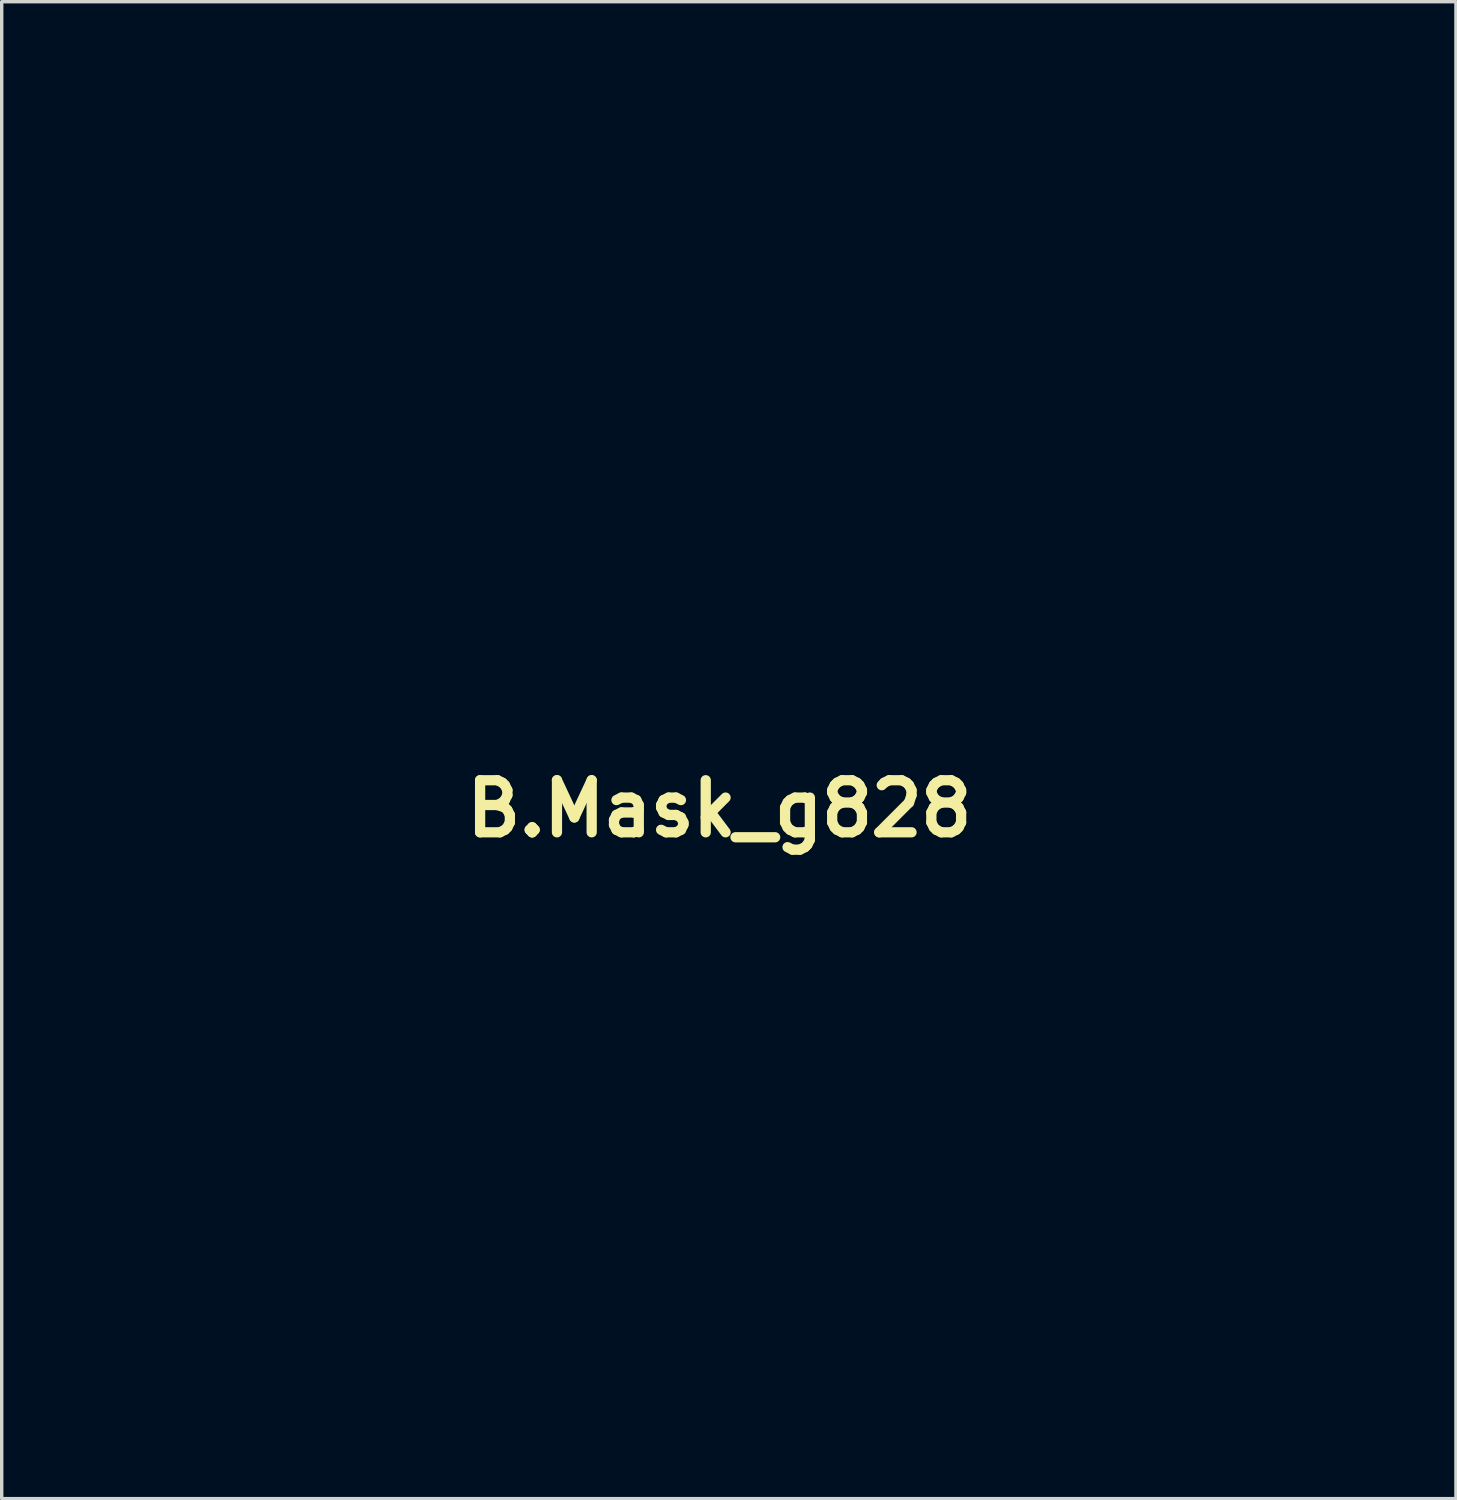
<source format=kicad_pcb>
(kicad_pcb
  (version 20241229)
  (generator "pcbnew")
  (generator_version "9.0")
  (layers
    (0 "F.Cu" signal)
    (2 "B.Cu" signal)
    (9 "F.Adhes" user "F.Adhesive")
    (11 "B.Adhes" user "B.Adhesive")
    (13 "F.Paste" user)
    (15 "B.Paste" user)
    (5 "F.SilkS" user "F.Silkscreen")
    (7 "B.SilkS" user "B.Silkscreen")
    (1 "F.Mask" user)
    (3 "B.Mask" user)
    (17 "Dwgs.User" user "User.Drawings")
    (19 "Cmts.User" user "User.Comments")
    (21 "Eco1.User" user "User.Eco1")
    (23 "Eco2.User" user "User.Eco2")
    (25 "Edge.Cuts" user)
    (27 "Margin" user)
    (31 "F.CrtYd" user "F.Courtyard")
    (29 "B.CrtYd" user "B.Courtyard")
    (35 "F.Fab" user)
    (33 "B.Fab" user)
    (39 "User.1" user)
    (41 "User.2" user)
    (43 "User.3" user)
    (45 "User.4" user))
  (footprint "B.Mask_g828"
    (layer "F.Cu")
    (at 18.006 20.622)
    (property "Reference" "B.Mask_g828" (at 0 0 0) (layer "F.SilkS") (effects (font (size 1.524 1.524) (thickness 0.3))))
    (attr through_hole)
    (fp_poly (pts (xy 10.466 14.57) (xy 10.58 14.589) (xy 10.597 14.594) (xy 10.751 14.658) (xy 10.872 14.747) (xy 10.959 14.857) (xy 11.011 14.986) (xy 11.028 15.131) (xy 11.009 15.29) (xy 10.953 15.46) (xy 10.868 15.623) (xy 10.809 15.707) (xy 10.725 15.81) (xy 10.623 15.924) (xy 10.512 16.04) (xy 10.399 16.15) (xy 10.291 16.246) (xy 10.27 16.263) (xy 10.083 16.404) (xy 9.867 16.547) (xy 9.633 16.686) (xy 9.393 16.815) (xy 9.157 16.927) (xy 8.937 17.017) (xy 8.876 17.038) (xy 8.659 17.102) (xy 8.443 17.149) (xy 8.235 17.178) (xy 8.042 17.189) (xy 7.872 17.18) (xy 7.739 17.153) (xy 7.586 17.088) (xy 7.466 16.998) (xy 7.381 16.885) (xy 7.332 16.75) (xy 7.318 16.608) (xy 7.341 16.449) (xy 7.401 16.282) (xy 7.496 16.111) (xy 7.623 15.936) (xy 7.778 15.762) (xy 7.958 15.589) (xy 8.161 15.421) (xy 8.382 15.261) (xy 8.619 15.11) (xy 8.869 14.972) (xy 9.128 14.848) (xy 9.394 14.741) (xy 9.662 14.655) (xy 9.868 14.603) (xy 10.014 14.578) (xy 10.17 14.565) (xy 10.325 14.562) (xy 10.466 14.57)) (stroke (width 0.01) (type solid)) (fill yes) (layer "B.Mask"))
    (fp_poly (pts (xy -16.158 -4.116) (xy -16.079 -4.1) (xy -16.078 -4.1) (xy -15.958 -4.045) (xy -15.822 -3.96) (xy -15.679 -3.85) (xy -15.536 -3.723) (xy -15.398 -3.583) (xy -15.274 -3.438) (xy -15.201 -3.338) (xy -15.109 -3.192) (xy -15.028 -3.04) (xy -14.962 -2.892) (xy -14.917 -2.759) (xy -14.903 -2.7) (xy -14.89 -2.591) (xy -14.881 -2.448) (xy -14.878 -2.279) (xy -14.879 -2.09) (xy -14.885 -1.891) (xy -14.895 -1.689) (xy -14.909 -1.491) (xy -14.927 -1.305) (xy -14.949 -1.14) (xy -14.956 -1.09) (xy -14.988 -0.921) (xy -15.029 -0.737) (xy -15.075 -0.546) (xy -15.126 -0.357) (xy -15.179 -0.178) (xy -15.231 -0.017) (xy -15.28 0.118) (xy -15.32 0.21) (xy -15.383 0.316) (xy -15.473 0.436) (xy -15.579 0.559) (xy -15.692 0.674) (xy -15.804 0.771) (xy -15.859 0.811) (xy -15.981 0.872) (xy -16.135 0.912) (xy -16.315 0.931) (xy -16.514 0.927) (xy -16.727 0.902) (xy -16.751 0.897) (xy -16.939 0.844) (xy -17.125 0.753) (xy -17.305 0.63) (xy -17.473 0.482) (xy -17.622 0.312) (xy -17.749 0.126) (xy -17.846 -0.07) (xy -17.885 -0.179) (xy -17.944 -0.423) (xy -17.983 -0.698) (xy -18.001 -1.006) (xy -17.998 -1.347) (xy -17.975 -1.723) (xy -17.932 -2.135) (xy -17.927 -2.173) (xy -17.878 -2.51) (xy -17.819 -2.809) (xy -17.749 -3.07) (xy -17.668 -3.297) (xy -17.573 -3.491) (xy -17.464 -3.655) (xy -17.338 -3.791) (xy -17.195 -3.902) (xy -17.034 -3.989) (xy -16.852 -4.055) (xy -16.785 -4.073) (xy -16.666 -4.096) (xy -16.533 -4.113) (xy -16.397 -4.122) (xy -16.268 -4.123) (xy -16.158 -4.116)) (stroke (width 0.01) (type solid)) (fill yes) (layer "B.Mask"))
    (fp_poly (pts (xy -3.737 -6.414) (xy -3.478 -6.381) (xy -3.253 -6.329) (xy -3.059 -6.259) (xy -2.895 -6.169) (xy -2.758 -6.06) (xy -2.733 -6.035) (xy -2.622 -5.901) (xy -2.511 -5.734) (xy -2.406 -5.547) (xy -2.313 -5.348) (xy -2.238 -5.148) (xy -2.197 -5.009) (xy -2.176 -4.919) (xy -2.167 -4.851) (xy -2.168 -4.788) (xy -2.179 -4.712) (xy -2.181 -4.702) (xy -2.254 -4.42) (xy -2.366 -4.148) (xy -2.514 -3.888) (xy -2.695 -3.643) (xy -2.906 -3.418) (xy -3.144 -3.214) (xy -3.405 -3.036) (xy -3.688 -2.886) (xy -3.97 -2.775) (xy -4.113 -2.732) (xy -4.264 -2.697) (xy -4.431 -2.669) (xy -4.622 -2.646) (xy -4.846 -2.627) (xy -4.879 -2.624) (xy -4.995 -2.618) (xy -5.138 -2.612) (xy -5.304 -2.606) (xy -5.485 -2.602) (xy -5.678 -2.598) (xy -5.874 -2.595) (xy -6.07 -2.593) (xy -6.259 -2.592) (xy -6.435 -2.591) (xy -6.593 -2.592) (xy -6.727 -2.594) (xy -6.831 -2.598) (xy -6.899 -2.602) (xy -6.905 -2.603) (xy -7.113 -2.647) (xy -7.334 -2.727) (xy -7.56 -2.841) (xy -7.763 -2.969) (xy -7.894 -3.067) (xy -7.994 -3.164) (xy -8.074 -3.269) (xy -8.129 -3.367) (xy -8.19 -3.501) (xy -8.233 -3.634) (xy -8.262 -3.776) (xy -8.278 -3.937) (xy -8.284 -4.129) (xy -8.284 -4.138) (xy -8.281 -4.313) (xy -8.271 -4.458) (xy -8.25 -4.585) (xy -8.216 -4.706) (xy -8.167 -4.834) (xy -8.118 -4.942) (xy -7.99 -5.171) (xy -7.832 -5.376) (xy -7.641 -5.56) (xy -7.415 -5.725) (xy -7.152 -5.873) (xy -7.085 -5.906) (xy -6.841 -6.007) (xy -6.561 -6.1) (xy -6.25 -6.183) (xy -5.913 -6.256) (xy -5.557 -6.318) (xy -5.185 -6.368) (xy -4.804 -6.404) (xy -4.419 -6.426) (xy -4.36 -6.428) (xy -4.03 -6.43) (xy -3.737 -6.414)) (stroke (width 0.01) (type solid)) (fill yes) (layer "B.Mask"))
    (fp_poly (pts (xy 15.837 -8.314) (xy 15.973 -8.307) (xy 16.09 -8.293) (xy 16.193 -8.271) (xy 16.291 -8.241) (xy 16.388 -8.202) (xy 16.623 -8.084) (xy 16.842 -7.936) (xy 17.047 -7.758) (xy 17.24 -7.549) (xy 17.42 -7.308) (xy 17.589 -7.032) (xy 17.747 -6.721) (xy 17.896 -6.373) (xy 18.035 -5.987) (xy 18.166 -5.562) (xy 18.278 -5.144) (xy 18.379 -4.716) (xy 18.457 -4.323) (xy 18.512 -3.965) (xy 18.545 -3.641) (xy 18.555 -3.349) (xy 18.543 -3.089) (xy 18.509 -2.86) (xy 18.452 -2.661) (xy 18.372 -2.492) (xy 18.359 -2.471) (xy 18.274 -2.357) (xy 18.156 -2.235) (xy 18.013 -2.109) (xy 17.853 -1.985) (xy 17.683 -1.868) (xy 17.51 -1.764) (xy 17.343 -1.679) (xy 17.217 -1.628) (xy 17.103 -1.599) (xy 16.962 -1.581) (xy 16.808 -1.573) (xy 16.655 -1.577) (xy 16.517 -1.592) (xy 16.478 -1.6) (xy 16.244 -1.666) (xy 15.998 -1.762) (xy 15.75 -1.881) (xy 15.514 -2.018) (xy 15.346 -2.133) (xy 15.202 -2.25) (xy 15.05 -2.392) (xy 14.9 -2.549) (xy 14.766 -2.707) (xy 14.671 -2.834) (xy 14.538 -3.05) (xy 14.415 -3.291) (xy 14.308 -3.541) (xy 14.238 -3.747) (xy 14.164 -4.013) (xy 14.093 -4.309) (xy 14.026 -4.624) (xy 13.965 -4.952) (xy 13.912 -5.284) (xy 13.866 -5.61) (xy 13.831 -5.924) (xy 13.807 -6.216) (xy 13.795 -6.479) (xy 13.794 -6.53) (xy 13.794 -6.69) (xy 13.798 -6.818) (xy 13.81 -6.926) (xy 13.832 -7.023) (xy 13.864 -7.122) (xy 13.91 -7.232) (xy 13.952 -7.324) (xy 14.059 -7.535) (xy 14.162 -7.71) (xy 14.269 -7.854) (xy 14.382 -7.972) (xy 14.506 -8.07) (xy 14.646 -8.153) (xy 14.677 -8.168) (xy 14.764 -8.209) (xy 14.841 -8.241) (xy 14.915 -8.265) (xy 14.995 -8.282) (xy 15.087 -8.294) (xy 15.201 -8.302) (xy 15.343 -8.308) (xy 15.473 -8.312) (xy 15.672 -8.316) (xy 15.837 -8.314)) (stroke (width 0.01) (type solid)) (fill yes) (layer "B.Mask"))
    (fp_poly (pts (xy 1.528 6.785) (xy 1.766 6.789) (xy 1.998 6.796) (xy 2.218 6.806) (xy 2.42 6.817) (xy 2.597 6.83) (xy 2.744 6.845) (xy 2.847 6.86) (xy 2.955 6.891) (xy 3.085 6.947) (xy 3.23 7.021) (xy 3.382 7.11) (xy 3.531 7.207) (xy 3.67 7.31) (xy 3.79 7.411) (xy 3.832 7.451) (xy 3.968 7.616) (xy 4.077 7.809) (xy 4.156 8.025) (xy 4.207 8.258) (xy 4.227 8.505) (xy 4.218 8.761) (xy 4.179 9.022) (xy 4.109 9.283) (xy 4.009 9.54) (xy 3.981 9.599) (xy 3.861 9.814) (xy 3.719 10.011) (xy 3.553 10.192) (xy 3.362 10.356) (xy 3.144 10.506) (xy 2.898 10.641) (xy 2.621 10.762) (xy 2.312 10.871) (xy 1.969 10.967) (xy 1.59 11.053) (xy 1.174 11.128) (xy 0.719 11.194) (xy 0.519 11.219) (xy 0.398 11.231) (xy 0.249 11.242) (xy 0.081 11.252) (xy -0.101 11.26) (xy -0.287 11.268) (xy -0.472 11.273) (xy -0.647 11.276) (xy -0.805 11.277) (xy -0.938 11.276) (xy -1.04 11.272) (xy -1.069 11.269) (xy -1.192 11.254) (xy -1.33 11.232) (xy -1.469 11.207) (xy -1.595 11.181) (xy -1.696 11.156) (xy -1.714 11.15) (xy -1.893 11.083) (xy -2.055 10.996) (xy -2.202 10.886) (xy -2.338 10.748) (xy -2.467 10.58) (xy -2.593 10.377) (xy -2.712 10.149) (xy -2.788 9.985) (xy -2.841 9.841) (xy -2.876 9.705) (xy -2.893 9.566) (xy -2.896 9.408) (xy -2.894 9.324) (xy -2.884 9.178) (xy -2.866 9.053) (xy -2.837 8.936) (xy -2.792 8.815) (xy -2.729 8.676) (xy -2.7 8.616) (xy -2.535 8.329) (xy -2.339 8.056) (xy -2.117 7.802) (xy -1.875 7.575) (xy -1.618 7.38) (xy -1.435 7.268) (xy -1.223 7.162) (xy -0.991 7.07) (xy -0.734 6.991) (xy -0.448 6.924) (xy -0.131 6.868) (xy 0.224 6.822) (xy 0.318 6.811) (xy 0.463 6.8) (xy 0.639 6.791) (xy 0.839 6.786) (xy 1.058 6.783) (xy 1.29 6.782) (xy 1.528 6.785)) (stroke (width 0.01) (type solid)) (fill yes) (layer "B.Mask"))
    (fp_poly (pts (xy 0.622 -20.615) (xy 0.895 -20.611) (xy 1.15 -20.604) (xy 1.382 -20.595) (xy 1.386 -20.595) (xy 1.713 -20.571) (xy 2.03 -20.532) (xy 2.332 -20.479) (xy 2.615 -20.414) (xy 2.876 -20.337) (xy 3.109 -20.25) (xy 3.311 -20.154) (xy 3.479 -20.049) (xy 3.564 -19.98) (xy 3.68 -19.857) (xy 3.797 -19.699) (xy 3.912 -19.515) (xy 4.021 -19.312) (xy 4.121 -19.098) (xy 4.208 -18.881) (xy 4.279 -18.669) (xy 4.329 -18.468) (xy 4.352 -18.318) (xy 4.35 -18.146) (xy 4.312 -17.958) (xy 4.239 -17.755) (xy 4.133 -17.541) (xy 3.995 -17.318) (xy 3.827 -17.089) (xy 3.63 -16.856) (xy 3.405 -16.622) (xy 3.405 -16.622) (xy 3.109 -16.354) (xy 2.8 -16.118) (xy 2.473 -15.912) (xy 2.128 -15.736) (xy 1.76 -15.588) (xy 1.367 -15.468) (xy 0.947 -15.374) (xy 0.497 -15.305) (xy 0.042 -15.262) (xy -0.08 -15.255) (xy -0.237 -15.25) (xy -0.421 -15.247) (xy -0.625 -15.245) (xy -0.839 -15.244) (xy -1.057 -15.245) (xy -1.271 -15.247) (xy -1.474 -15.25) (xy -1.657 -15.255) (xy -1.812 -15.261) (xy -1.836 -15.263) (xy -2.012 -15.274) (xy -2.214 -15.289) (xy -2.435 -15.307) (xy -2.667 -15.327) (xy -2.904 -15.35) (xy -3.139 -15.373) (xy -3.366 -15.397) (xy -3.578 -15.421) (xy -3.767 -15.445) (xy -3.928 -15.466) (xy -4.053 -15.485) (xy -4.253 -15.528) (xy -4.444 -15.586) (xy -4.634 -15.664) (xy -4.83 -15.764) (xy -5.039 -15.89) (xy -5.267 -16.046) (xy -5.279 -16.054) (xy -5.485 -16.217) (xy -5.652 -16.385) (xy -5.784 -16.565) (xy -5.886 -16.761) (xy -5.96 -16.979) (xy -5.962 -16.986) (xy -5.984 -17.105) (xy -5.997 -17.253) (xy -6.003 -17.418) (xy -6 -17.59) (xy -5.99 -17.757) (xy -5.971 -17.905) (xy -5.953 -17.995) (xy -5.853 -18.308) (xy -5.715 -18.607) (xy -5.54 -18.889) (xy -5.331 -19.153) (xy -5.091 -19.397) (xy -4.821 -19.617) (xy -4.523 -19.813) (xy -4.2 -19.982) (xy -3.854 -20.122) (xy -3.775 -20.148) (xy -3.559 -20.213) (xy -3.309 -20.278) (xy -3.033 -20.341) (xy -2.74 -20.401) (xy -2.439 -20.457) (xy -2.136 -20.505) (xy -1.873 -20.542) (xy -1.724 -20.557) (xy -1.539 -20.571) (xy -1.322 -20.583) (xy -1.078 -20.594) (xy -0.815 -20.603) (xy -0.536 -20.609) (xy -0.247 -20.614) (xy 0.045 -20.617) (xy 0.337 -20.617) (xy 0.622 -20.615)) (stroke (width 0.01) (type solid)) (fill yes) (layer "B.Mask")))
  (gr_rect
    (start -3 -3)
    (end 39.566 40.816)
    (stroke (width 0.1) (type default))
    (fill no)
    (layer "Edge.Cuts")))
</source>
